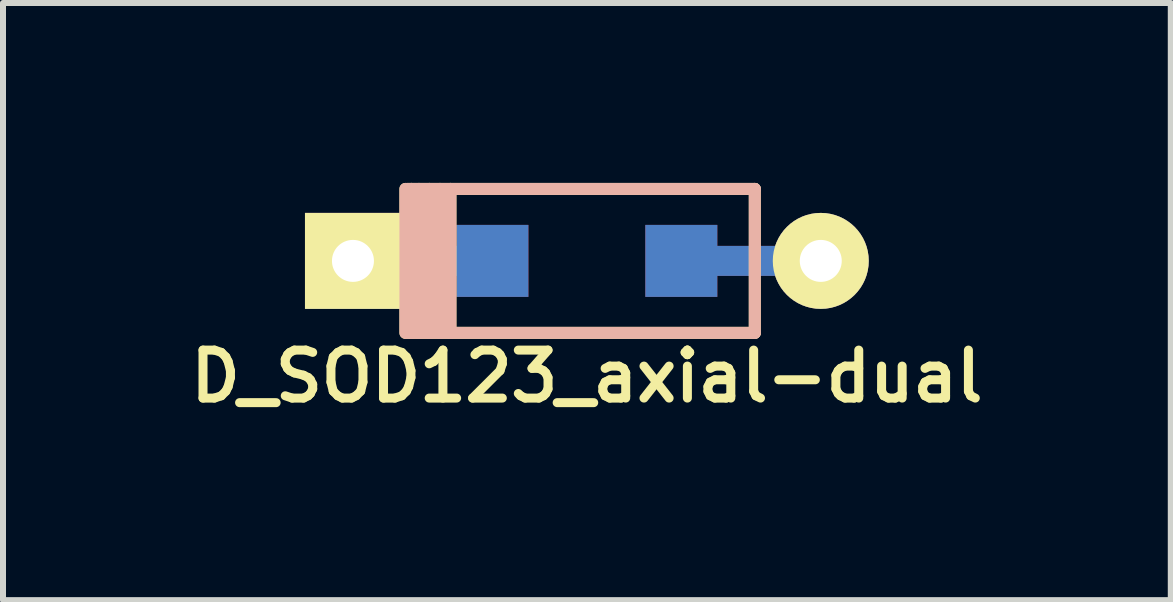
<source format=kicad_pcb>
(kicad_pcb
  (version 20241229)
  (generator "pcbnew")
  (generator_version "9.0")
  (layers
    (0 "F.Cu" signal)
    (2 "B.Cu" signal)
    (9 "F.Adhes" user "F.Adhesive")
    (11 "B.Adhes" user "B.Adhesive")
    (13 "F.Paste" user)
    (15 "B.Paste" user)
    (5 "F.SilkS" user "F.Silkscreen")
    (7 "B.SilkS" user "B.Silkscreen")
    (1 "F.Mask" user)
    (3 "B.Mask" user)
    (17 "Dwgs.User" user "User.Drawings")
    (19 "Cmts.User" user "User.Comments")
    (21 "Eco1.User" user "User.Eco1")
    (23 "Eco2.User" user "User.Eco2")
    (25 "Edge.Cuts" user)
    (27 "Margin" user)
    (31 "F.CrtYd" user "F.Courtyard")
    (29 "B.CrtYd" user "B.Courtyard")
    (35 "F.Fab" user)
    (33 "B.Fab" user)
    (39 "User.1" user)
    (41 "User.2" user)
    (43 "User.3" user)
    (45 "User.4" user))
  (footprint "D_SOD123_axial-dual"
    (layer "F.Cu")
    (at 6.735 1.3)
    (property "Reference" "D_SOD123_axial-dual" (at 0 1.925 0) (layer "F.SilkS") (effects (font (size 0.8 0.8) (thickness 0.15))))
    (attr smd)
    (fp_line (start -3.025 1.2) (end -3.025 -1.2) (stroke (width 0.2) (type solid)) (layer "F.SilkS"))
    (fp_line (start -3 -1.2) (end 2.8 -1.2) (stroke (width 0.2) (type solid)) (layer "F.SilkS"))
    (fp_line (start -2.925 -1.2) (end -2.925 1.2) (stroke (width 0.2) (type solid)) (layer "F.SilkS"))
    (fp_line (start -2.8 -1.2) (end -2.8 1.2) (stroke (width 0.2) (type solid)) (layer "F.SilkS"))
    (fp_line (start -2.625 -1.2) (end -2.625 1.2) (stroke (width 0.2) (type solid)) (layer "F.SilkS"))
    (fp_line (start -2.45 -1.2) (end -2.45 1.2) (stroke (width 0.2) (type solid)) (layer "F.SilkS"))
    (fp_line (start -2.275 -1.2) (end -2.275 1.2) (stroke (width 0.2) (type solid)) (layer "F.SilkS"))
    (fp_line (start 2.8 -1.2) (end 2.8 1.2) (stroke (width 0.2) (type solid)) (layer "F.SilkS"))
    (fp_line (start 2.8 1.2) (end -3 1.2) (stroke (width 0.2) (type solid)) (layer "F.SilkS"))
    (fp_line (start -3.025 1.2) (end -3.025 -1.2) (stroke (width 0.2) (type solid)) (layer "B.SilkS"))
    (fp_line (start -3 -1.2) (end 2.8 -1.2) (stroke (width 0.2) (type solid)) (layer "B.SilkS"))
    (fp_line (start -2.925 -1.2) (end -2.925 1.2) (stroke (width 0.2) (type solid)) (layer "B.SilkS"))
    (fp_line (start -2.8 -1.2) (end -2.8 1.2) (stroke (width 0.2) (type solid)) (layer "B.SilkS"))
    (fp_line (start -2.625 -1.2) (end -2.625 1.2) (stroke (width 0.2) (type solid)) (layer "B.SilkS"))
    (fp_line (start -2.45 -1.2) (end -2.45 1.2) (stroke (width 0.2) (type solid)) (layer "B.SilkS"))
    (fp_line (start -2.275 -1.2) (end -2.275 1.2) (stroke (width 0.2) (type solid)) (layer "B.SilkS"))
    (fp_line (start 2.8 -1.2) (end 2.8 1.2) (stroke (width 0.2) (type solid)) (layer "B.SilkS"))
    (fp_line (start 2.8 1.2) (end -3 1.2) (stroke (width 0.2) (type solid)) (layer "B.SilkS"))
    (pad "1" thru_hole rect (at -3.9 0) (size 1.6 1.6) (drill 0.7) (layers "*.Cu" "*.Mask" "F.SilkS"))
    (pad "1" smd rect (at -2.7 0) (size 2.5 0.5) (layers "F.Cu"))
    (pad "1" smd rect (at -2.7 0) (size 2.5 0.5) (layers "B.Cu"))
    (pad "1" smd rect (at -1.575 0) (size 1.2 1.2) (layers "F.Cu" "F.Mask" "F.Paste"))
    (pad "1" smd rect (at -1.575 0) (size 1.2 1.2) (layers "B.Cu" "B.Mask" "B.Paste"))
    (pad "2" smd rect (at 1.575 0) (size 1.2 1.2) (layers "F.Cu" "F.Mask" "F.Paste"))
    (pad "2" smd rect (at 1.575 0) (size 1.2 1.2) (layers "B.Cu" "B.Mask" "B.Paste"))
    (pad "2" smd rect (at 2.7 0) (size 2.5 0.5) (layers "F.Cu"))
    (pad "2" smd rect (at 2.7 0) (size 2.5 0.5) (layers "B.Cu"))
    (pad "2" thru_hole circle (at 3.9 0) (size 1.6 1.6) (drill 0.7) (layers "*.Cu" "*.Mask" "F.SilkS")))
  (gr_rect
    (start -3 -3)
    (end 16.471 6.956)
    (stroke (width 0.1) (type default))
    (fill no)
    (layer "Edge.Cuts")))
</source>
